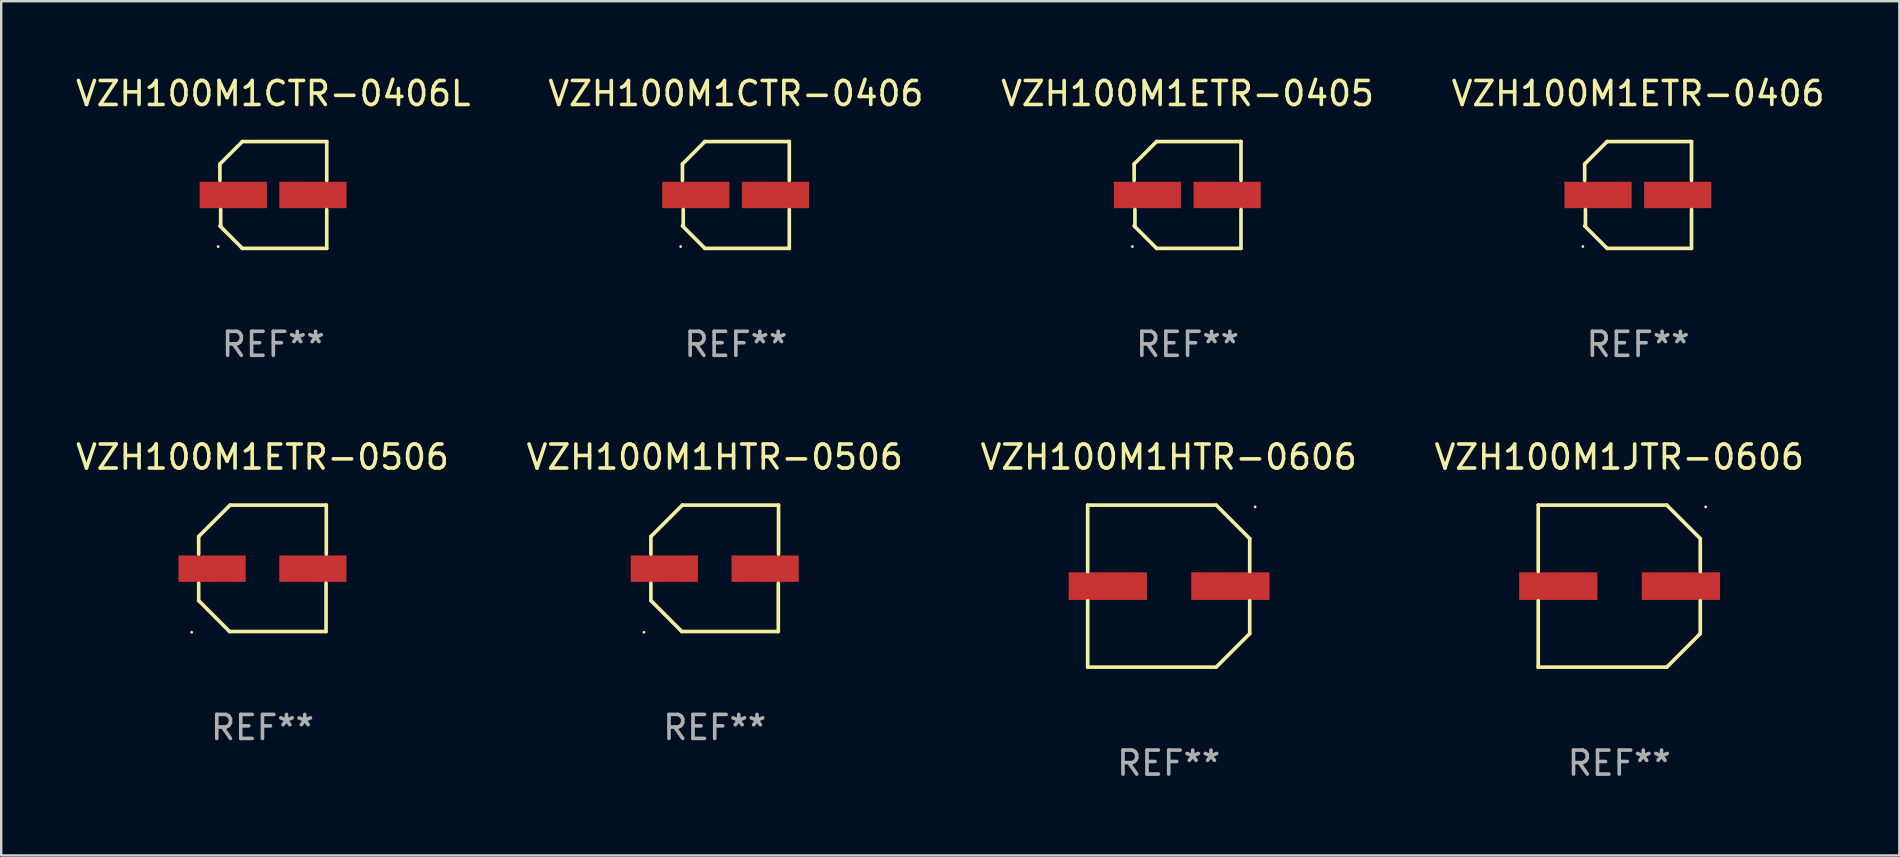
<source format=kicad_pcb>
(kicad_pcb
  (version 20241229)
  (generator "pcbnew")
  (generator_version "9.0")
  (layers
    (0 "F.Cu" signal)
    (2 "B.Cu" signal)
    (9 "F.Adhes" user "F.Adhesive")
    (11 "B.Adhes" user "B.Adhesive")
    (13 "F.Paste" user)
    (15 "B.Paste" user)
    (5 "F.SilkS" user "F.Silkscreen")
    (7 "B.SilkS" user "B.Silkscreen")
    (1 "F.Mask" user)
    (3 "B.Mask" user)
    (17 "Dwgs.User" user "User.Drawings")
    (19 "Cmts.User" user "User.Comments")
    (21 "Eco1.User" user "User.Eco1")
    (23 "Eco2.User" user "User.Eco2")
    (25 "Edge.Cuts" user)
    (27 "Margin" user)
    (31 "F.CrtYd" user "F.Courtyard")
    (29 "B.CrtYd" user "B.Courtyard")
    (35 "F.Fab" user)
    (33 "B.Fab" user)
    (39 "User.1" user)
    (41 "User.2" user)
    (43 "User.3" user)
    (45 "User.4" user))
  (footprint "VZH100M1HTR-0506"
    (layer "F.Cu")
    (at 26.732 20.631)
    (property "Reference" "VZH100M1HTR-0506" (at 0 -4.634 0) (layer "F.SilkS") (effects (font (size 1 1) (thickness 0.15))))
    (attr through_hole)
    (fp_line (start -2.659 -1.326) (end -2.659 -0.592) (stroke (width 0.152) (type solid)) (layer "F.SilkS"))
    (fp_line (start -2.659 1.346) (end -2.659 0.622) (stroke (width 0.152) (type solid)) (layer "F.SilkS"))
    (fp_line (start -1.372 2.634) (end -2.659 1.346) (stroke (width 0.152) (type solid)) (layer "F.SilkS"))
    (fp_line (start -1.349 -2.634) (end -2.659 -1.326) (stroke (width 0.152) (type solid)) (layer "F.SilkS"))
    (fp_line (start 2.649 0.622) (end 2.649 2.634) (stroke (width 0.152) (type solid)) (layer "F.SilkS"))
    (fp_line (start 2.649 2.634) (end -1.372 2.634) (stroke (width 0.152) (type solid)) (layer "F.SilkS"))
    (fp_line (start 2.659 -2.634) (end -1.349 -2.634) (stroke (width 0.152) (type solid)) (layer "F.SilkS"))
    (fp_line (start 2.659 -0.592) (end 2.659 -2.634) (stroke (width 0.152) (type solid)) (layer "F.SilkS"))
    (fp_circle (center -2.95 2.665) (end -2.92 2.665) (stroke (width 0.06) (type solid)) (fill no) (layer "F.SilkS"))
    (fp_text user "REF**" (at 0 6.634 0) (layer "F.Fab") (effects (font (size 1 1) (thickness 0.15))))
    (pad "1" smd rect (at -2.1 0.015) (size 2.8 1.1) (layers "F.Cu" "F.Mask" "F.Paste"))
    (pad "2" smd rect (at 2.1 0.015) (size 2.8 1.1) (layers "F.Cu" "F.Mask" "F.Paste")))
  (footprint "VZH100M1ETR-0506"
    (layer "F.Cu")
    (at 7.887 20.631)
    (property "Reference" "VZH100M1ETR-0506" (at 0 -4.634 0) (layer "F.SilkS") (effects (font (size 1 1) (thickness 0.15))))
    (attr through_hole)
    (fp_line (start -2.659 -1.326) (end -2.659 -0.592) (stroke (width 0.152) (type solid)) (layer "F.SilkS"))
    (fp_line (start -2.659 1.346) (end -2.659 0.622) (stroke (width 0.152) (type solid)) (layer "F.SilkS"))
    (fp_line (start -1.372 2.634) (end -2.659 1.346) (stroke (width 0.152) (type solid)) (layer "F.SilkS"))
    (fp_line (start -1.349 -2.634) (end -2.659 -1.326) (stroke (width 0.152) (type solid)) (layer "F.SilkS"))
    (fp_line (start 2.649 0.622) (end 2.649 2.634) (stroke (width 0.152) (type solid)) (layer "F.SilkS"))
    (fp_line (start 2.649 2.634) (end -1.372 2.634) (stroke (width 0.152) (type solid)) (layer "F.SilkS"))
    (fp_line (start 2.659 -2.634) (end -1.349 -2.634) (stroke (width 0.152) (type solid)) (layer "F.SilkS"))
    (fp_line (start 2.659 -0.592) (end 2.659 -2.634) (stroke (width 0.152) (type solid)) (layer "F.SilkS"))
    (fp_circle (center -2.95 2.665) (end -2.92 2.665) (stroke (width 0.06) (type solid)) (fill no) (layer "F.SilkS"))
    (fp_text user "REF**" (at 0 6.634 0) (layer "F.Fab") (effects (font (size 1 1) (thickness 0.15))))
    (pad "1" smd rect (at -2.1 0.015) (size 2.8 1.1) (layers "F.Cu" "F.Mask" "F.Paste"))
    (pad "2" smd rect (at 2.1 0.015) (size 2.8 1.1) (layers "F.Cu" "F.Mask" "F.Paste")))
  (footprint "VZH100M1ETR-0405"
    (layer "F.Cu")
    (at 46.435 5.074)
    (property "Reference" "VZH100M1ETR-0405" (at 0 -4.226 0) (layer "F.SilkS") (effects (font (size 1 1) (thickness 0.15))))
    (attr through_hole)
    (fp_line (start -2.226 -1.29) (end -2.226 -0.607) (stroke (width 0.152) (type solid)) (layer "F.SilkS"))
    (fp_line (start -2.193 1.29) (end -2.193 0.607) (stroke (width 0.152) (type solid)) (layer "F.SilkS"))
    (fp_line (start -1.29 2.226) (end -2.226 1.29) (stroke (width 0.152) (type solid)) (layer "F.SilkS"))
    (fp_line (start -1.29 -2.226) (end -2.226 -1.29) (stroke (width 0.152) (type solid)) (layer "F.SilkS"))
    (fp_line (start 2.226 -2.226) (end -1.29 -2.226) (stroke (width 0.152) (type solid)) (layer "F.SilkS"))
    (fp_line (start 2.226 -0.607) (end 2.226 -2.226) (stroke (width 0.152) (type solid)) (layer "F.SilkS"))
    (fp_line (start 2.226 0.607) (end 2.226 2.226) (stroke (width 0.152) (type solid)) (layer "F.SilkS"))
    (fp_line (start 2.226 2.226) (end -1.29 2.226) (stroke (width 0.152) (type solid)) (layer "F.SilkS"))
    (fp_circle (center -2.3 2.15) (end -2.27 2.15) (stroke (width 0.06) (type solid)) (fill no) (layer "F.SilkS"))
    (fp_text user "REF**" (at 0 6.226 0) (layer "F.Fab") (effects (font (size 1 1) (thickness 0.15))))
    (pad "1" smd rect (at -1.67 -0.000025) (size 2.8 1.1) (layers "F.Cu" "F.Mask" "F.Paste"))
    (pad "2" smd rect (at 1.651 -0.000025) (size 2.8 1.1) (layers "F.Cu" "F.Mask" "F.Paste")))
  (footprint "VZH100M1CTR-0406L"
    (layer "F.Cu")
    (at 8.339 5.074)
    (property "Reference" "VZH100M1CTR-0406L" (at 0 -4.226 0) (layer "F.SilkS") (effects (font (size 1 1) (thickness 0.15))))
    (attr through_hole)
    (fp_line (start -2.226 -1.29) (end -2.226 -0.607) (stroke (width 0.152) (type solid)) (layer "F.SilkS"))
    (fp_line (start -2.193 1.29) (end -2.193 0.607) (stroke (width 0.152) (type solid)) (layer "F.SilkS"))
    (fp_line (start -1.29 2.226) (end -2.226 1.29) (stroke (width 0.152) (type solid)) (layer "F.SilkS"))
    (fp_line (start -1.29 -2.226) (end -2.226 -1.29) (stroke (width 0.152) (type solid)) (layer "F.SilkS"))
    (fp_line (start 2.226 -2.226) (end -1.29 -2.226) (stroke (width 0.152) (type solid)) (layer "F.SilkS"))
    (fp_line (start 2.226 -0.607) (end 2.226 -2.226) (stroke (width 0.152) (type solid)) (layer "F.SilkS"))
    (fp_line (start 2.226 0.607) (end 2.226 2.226) (stroke (width 0.152) (type solid)) (layer "F.SilkS"))
    (fp_line (start 2.226 2.226) (end -1.29 2.226) (stroke (width 0.152) (type solid)) (layer "F.SilkS"))
    (fp_circle (center -2.3 2.15) (end -2.27 2.15) (stroke (width 0.06) (type solid)) (fill no) (layer "F.SilkS"))
    (fp_text user "REF**" (at 0 6.226 0) (layer "F.Fab") (effects (font (size 1 1) (thickness 0.15))))
    (pad "1" smd rect (at -1.67 -0.000025) (size 2.8 1.1) (layers "F.Cu" "F.Mask" "F.Paste"))
    (pad "2" smd rect (at 1.651 -0.000025) (size 2.8 1.1) (layers "F.Cu" "F.Mask" "F.Paste")))
  (footprint "VZH100M1JTR-0606"
    (layer "F.Cu")
    (at 64.423 21.373)
    (property "Reference" "VZH100M1JTR-0606" (at 0 -5.376 0) (layer "F.SilkS") (effects (font (size 1 1) (thickness 0.15))))
    (attr through_hole)
    (fp_line (start -3.376 -3.376) (end 1.98 -3.376) (stroke (width 0.152) (type solid)) (layer "F.SilkS"))
    (fp_line (start -3.376 -0.607) (end -3.376 -3.376) (stroke (width 0.152) (type solid)) (layer "F.SilkS"))
    (fp_line (start -3.376 0.607) (end -3.376 3.376) (stroke (width 0.152) (type solid)) (layer "F.SilkS"))
    (fp_line (start -3.376 3.376) (end 1.98 3.376) (stroke (width 0.152) (type solid)) (layer "F.SilkS"))
    (fp_line (start 1.98 -3.376) (end 3.376 -1.98) (stroke (width 0.152) (type solid)) (layer "F.SilkS"))
    (fp_line (start 1.98 3.376) (end 3.376 1.98) (stroke (width 0.152) (type solid)) (layer "F.SilkS"))
    (fp_line (start 3.376 -1.98) (end 3.376 -0.607) (stroke (width 0.152) (type solid)) (layer "F.SilkS"))
    (fp_line (start 3.376 1.98) (end 3.376 0.607) (stroke (width 0.152) (type solid)) (layer "F.SilkS"))
    (fp_circle (center 3.6 -3.3) (end 3.63 -3.3) (stroke (width 0.06) (type solid)) (fill no) (layer "F.SilkS"))
    (fp_text user "REF**" (at 0 7.376 0) (layer "F.Fab") (effects (font (size 1 1) (thickness 0.15))))
    (pad "1" smd rect (at 2.57 0 180) (size 3.26 1.15) (layers "F.Cu" "F.Mask" "F.Paste"))
    (pad "2" smd rect (at -2.54 0 180) (size 3.26 1.15) (layers "F.Cu" "F.Mask" "F.Paste")))
  (footprint "VZH100M1CTR-0406"
    (layer "F.Cu")
    (at 27.613 5.074)
    (property "Reference" "VZH100M1CTR-0406" (at 0 -4.226 0) (layer "F.SilkS") (effects (font (size 1 1) (thickness 0.15))))
    (attr through_hole)
    (fp_line (start -2.226 -1.29) (end -2.226 -0.607) (stroke (width 0.152) (type solid)) (layer "F.SilkS"))
    (fp_line (start -2.193 1.29) (end -2.193 0.607) (stroke (width 0.152) (type solid)) (layer "F.SilkS"))
    (fp_line (start -1.29 2.226) (end -2.226 1.29) (stroke (width 0.152) (type solid)) (layer "F.SilkS"))
    (fp_line (start -1.29 -2.226) (end -2.226 -1.29) (stroke (width 0.152) (type solid)) (layer "F.SilkS"))
    (fp_line (start 2.226 -2.226) (end -1.29 -2.226) (stroke (width 0.152) (type solid)) (layer "F.SilkS"))
    (fp_line (start 2.226 -0.607) (end 2.226 -2.226) (stroke (width 0.152) (type solid)) (layer "F.SilkS"))
    (fp_line (start 2.226 0.607) (end 2.226 2.226) (stroke (width 0.152) (type solid)) (layer "F.SilkS"))
    (fp_line (start 2.226 2.226) (end -1.29 2.226) (stroke (width 0.152) (type solid)) (layer "F.SilkS"))
    (fp_circle (center -2.3 2.15) (end -2.27 2.15) (stroke (width 0.06) (type solid)) (fill no) (layer "F.SilkS"))
    (fp_text user "REF**" (at 0 6.226 0) (layer "F.Fab") (effects (font (size 1 1) (thickness 0.15))))
    (pad "1" smd rect (at -1.67 -0.000025) (size 2.8 1.1) (layers "F.Cu" "F.Mask" "F.Paste"))
    (pad "2" smd rect (at 1.651 -0.000025) (size 2.8 1.1) (layers "F.Cu" "F.Mask" "F.Paste")))
  (footprint "VZH100M1HTR-0606"
    (layer "F.Cu")
    (at 45.649 21.373)
    (property "Reference" "VZH100M1HTR-0606" (at 0 -5.376 0) (layer "F.SilkS") (effects (font (size 1 1) (thickness 0.15))))
    (attr through_hole)
    (fp_line (start -3.376 -3.376) (end 1.98 -3.376) (stroke (width 0.152) (type solid)) (layer "F.SilkS"))
    (fp_line (start -3.376 -0.607) (end -3.376 -3.376) (stroke (width 0.152) (type solid)) (layer "F.SilkS"))
    (fp_line (start -3.376 0.607) (end -3.376 3.376) (stroke (width 0.152) (type solid)) (layer "F.SilkS"))
    (fp_line (start -3.376 3.376) (end 1.98 3.376) (stroke (width 0.152) (type solid)) (layer "F.SilkS"))
    (fp_line (start 1.98 -3.376) (end 3.376 -1.98) (stroke (width 0.152) (type solid)) (layer "F.SilkS"))
    (fp_line (start 1.98 3.376) (end 3.376 1.98) (stroke (width 0.152) (type solid)) (layer "F.SilkS"))
    (fp_line (start 3.376 -1.98) (end 3.376 -0.607) (stroke (width 0.152) (type solid)) (layer "F.SilkS"))
    (fp_line (start 3.376 1.98) (end 3.376 0.607) (stroke (width 0.152) (type solid)) (layer "F.SilkS"))
    (fp_circle (center 3.6 -3.3) (end 3.63 -3.3) (stroke (width 0.06) (type solid)) (fill no) (layer "F.SilkS"))
    (fp_text user "REF**" (at 0 7.376 0) (layer "F.Fab") (effects (font (size 1 1) (thickness 0.15))))
    (pad "1" smd rect (at 2.57 0 180) (size 3.26 1.15) (layers "F.Cu" "F.Mask" "F.Paste"))
    (pad "2" smd rect (at -2.54 0 180) (size 3.26 1.15) (layers "F.Cu" "F.Mask" "F.Paste")))
  (footprint "VZH100M1ETR-0406"
    (layer "F.Cu")
    (at 65.208 5.074)
    (property "Reference" "VZH100M1ETR-0406" (at 0 -4.226 0) (layer "F.SilkS") (effects (font (size 1 1) (thickness 0.15))))
    (attr through_hole)
    (fp_line (start -2.226 -1.29) (end -2.226 -0.607) (stroke (width 0.152) (type solid)) (layer "F.SilkS"))
    (fp_line (start -2.193 1.29) (end -2.193 0.607) (stroke (width 0.152) (type solid)) (layer "F.SilkS"))
    (fp_line (start -1.29 2.226) (end -2.226 1.29) (stroke (width 0.152) (type solid)) (layer "F.SilkS"))
    (fp_line (start -1.29 -2.226) (end -2.226 -1.29) (stroke (width 0.152) (type solid)) (layer "F.SilkS"))
    (fp_line (start 2.226 -2.226) (end -1.29 -2.226) (stroke (width 0.152) (type solid)) (layer "F.SilkS"))
    (fp_line (start 2.226 -0.607) (end 2.226 -2.226) (stroke (width 0.152) (type solid)) (layer "F.SilkS"))
    (fp_line (start 2.226 0.607) (end 2.226 2.226) (stroke (width 0.152) (type solid)) (layer "F.SilkS"))
    (fp_line (start 2.226 2.226) (end -1.29 2.226) (stroke (width 0.152) (type solid)) (layer "F.SilkS"))
    (fp_circle (center -2.3 2.15) (end -2.27 2.15) (stroke (width 0.06) (type solid)) (fill no) (layer "F.SilkS"))
    (fp_text user "REF**" (at 0 6.226 0) (layer "F.Fab") (effects (font (size 1 1) (thickness 0.15))))
    (pad "1" smd rect (at -1.67 -0.000025) (size 2.8 1.1) (layers "F.Cu" "F.Mask" "F.Paste"))
    (pad "2" smd rect (at 1.651 -0.000025) (size 2.8 1.1) (layers "F.Cu" "F.Mask" "F.Paste")))
  (gr_rect
    (start -3 -3)
    (end 76.095 32.598)
    (stroke (width 0.1) (type default))
    (fill no)
    (layer "Edge.Cuts")))
</source>
